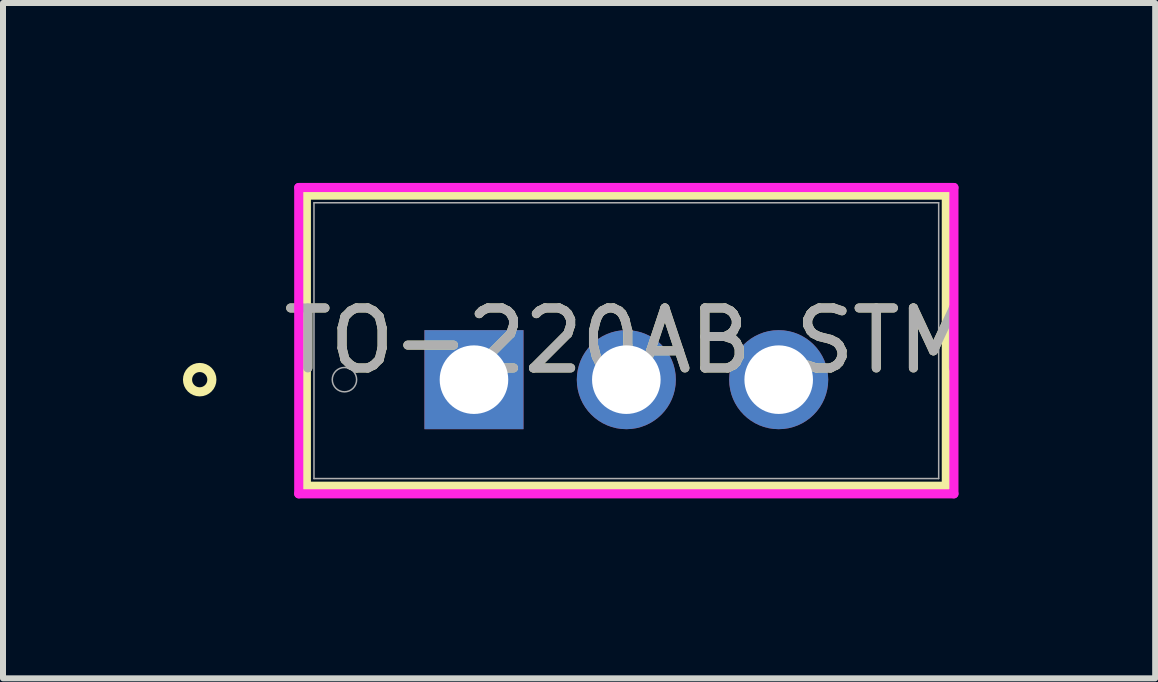
<source format=kicad_pcb>
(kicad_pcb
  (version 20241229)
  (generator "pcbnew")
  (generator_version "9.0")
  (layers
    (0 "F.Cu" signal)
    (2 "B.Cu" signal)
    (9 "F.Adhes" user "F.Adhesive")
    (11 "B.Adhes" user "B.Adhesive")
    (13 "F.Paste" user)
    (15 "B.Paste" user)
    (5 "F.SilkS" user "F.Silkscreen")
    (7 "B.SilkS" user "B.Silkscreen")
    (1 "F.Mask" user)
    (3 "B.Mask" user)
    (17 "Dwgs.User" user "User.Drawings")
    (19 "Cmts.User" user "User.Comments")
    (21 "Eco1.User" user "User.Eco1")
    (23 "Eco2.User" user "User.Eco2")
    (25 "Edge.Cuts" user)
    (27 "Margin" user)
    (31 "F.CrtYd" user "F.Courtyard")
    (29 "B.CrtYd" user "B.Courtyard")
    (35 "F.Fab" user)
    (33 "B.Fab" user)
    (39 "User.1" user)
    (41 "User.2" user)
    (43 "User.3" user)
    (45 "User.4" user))
  (footprint "TO-220AB_STM"
    (layer "F.Cu")
    (at 4.851 3.279)
    (property "Reference" "TO-220AB_STM" (at 2.54 -0.65 0) (unlocked yes) (layer "F.SilkS") (effects (font (size 1 1) (thickness 0.15))))
    (attr through_hole)
    (fp_line (start -2.794 -3.076) (end -2.794 1.776) (stroke (width 0.152) (type solid)) (layer "F.SilkS"))
    (fp_line (start -2.794 1.776) (end 7.874 1.776) (stroke (width 0.152) (type solid)) (layer "F.SilkS"))
    (fp_line (start 7.874 -3.076) (end -2.794 -3.076) (stroke (width 0.152) (type solid)) (layer "F.SilkS"))
    (fp_line (start 7.874 1.776) (end 7.874 -3.076) (stroke (width 0.152) (type solid)) (layer "F.SilkS"))
    (fp_circle (center -4.572 0) (end -4.369 0) (stroke (width 0.152) (type solid)) (fill no) (layer "F.SilkS"))
    (fp_line (start -2.921 -3.203) (end 8.001 -3.203) (stroke (width 0.152) (type solid)) (layer "F.CrtYd"))
    (fp_line (start -2.921 1.903) (end -2.921 -3.203) (stroke (width 0.152) (type solid)) (layer "F.CrtYd"))
    (fp_line (start 8.001 -3.203) (end 8.001 1.903) (stroke (width 0.152) (type solid)) (layer "F.CrtYd"))
    (fp_line (start 8.001 1.903) (end -2.921 1.903) (stroke (width 0.152) (type solid)) (layer "F.CrtYd"))
    (fp_line (start -2.667 -2.949) (end -2.667 1.649) (stroke (width 0.025) (type solid)) (layer "F.Fab"))
    (fp_line (start -2.667 1.649) (end 7.747 1.649) (stroke (width 0.025) (type solid)) (layer "F.Fab"))
    (fp_line (start -0.254 0) (end 0.254 0) (stroke (width 0.152) (type solid)) (layer "F.Fab"))
    (fp_line (start 0 0.254) (end 0 -0.254) (stroke (width 0.152) (type solid)) (layer "F.Fab"))
    (fp_line (start 7.747 -2.949) (end -2.667 -2.949) (stroke (width 0.025) (type solid)) (layer "F.Fab"))
    (fp_line (start 7.747 1.649) (end 7.747 -2.949) (stroke (width 0.025) (type solid)) (layer "F.Fab"))
    (fp_circle (center -2.159 0) (end -1.956 0) (stroke (width 0.025) (type solid)) (fill no) (layer "F.Fab"))
    (fp_text user "${REFERENCE}" (at 2.54 -0.65 0) (unlocked yes) (layer "F.Fab") (effects (font (size 1 1) (thickness 0.15))))
    (pad "1" thru_hole rect (at 0 0) (size 1.651 1.651) (drill 1.143) (layers "*.Cu" "*.Mask"))
    (pad "2" thru_hole circle (at 2.54 0) (size 1.651 1.651) (drill 1.143) (layers "*.Cu" "*.Mask"))
    (pad "3" thru_hole circle (at 5.08 0) (size 1.651 1.651) (drill 1.143) (layers "*.Cu" "*.Mask")))
  (gr_rect
    (start -3 -3)
    (end 16.207 8.258)
    (stroke (width 0.1) (type default))
    (fill no)
    (layer "Edge.Cuts")))
</source>
